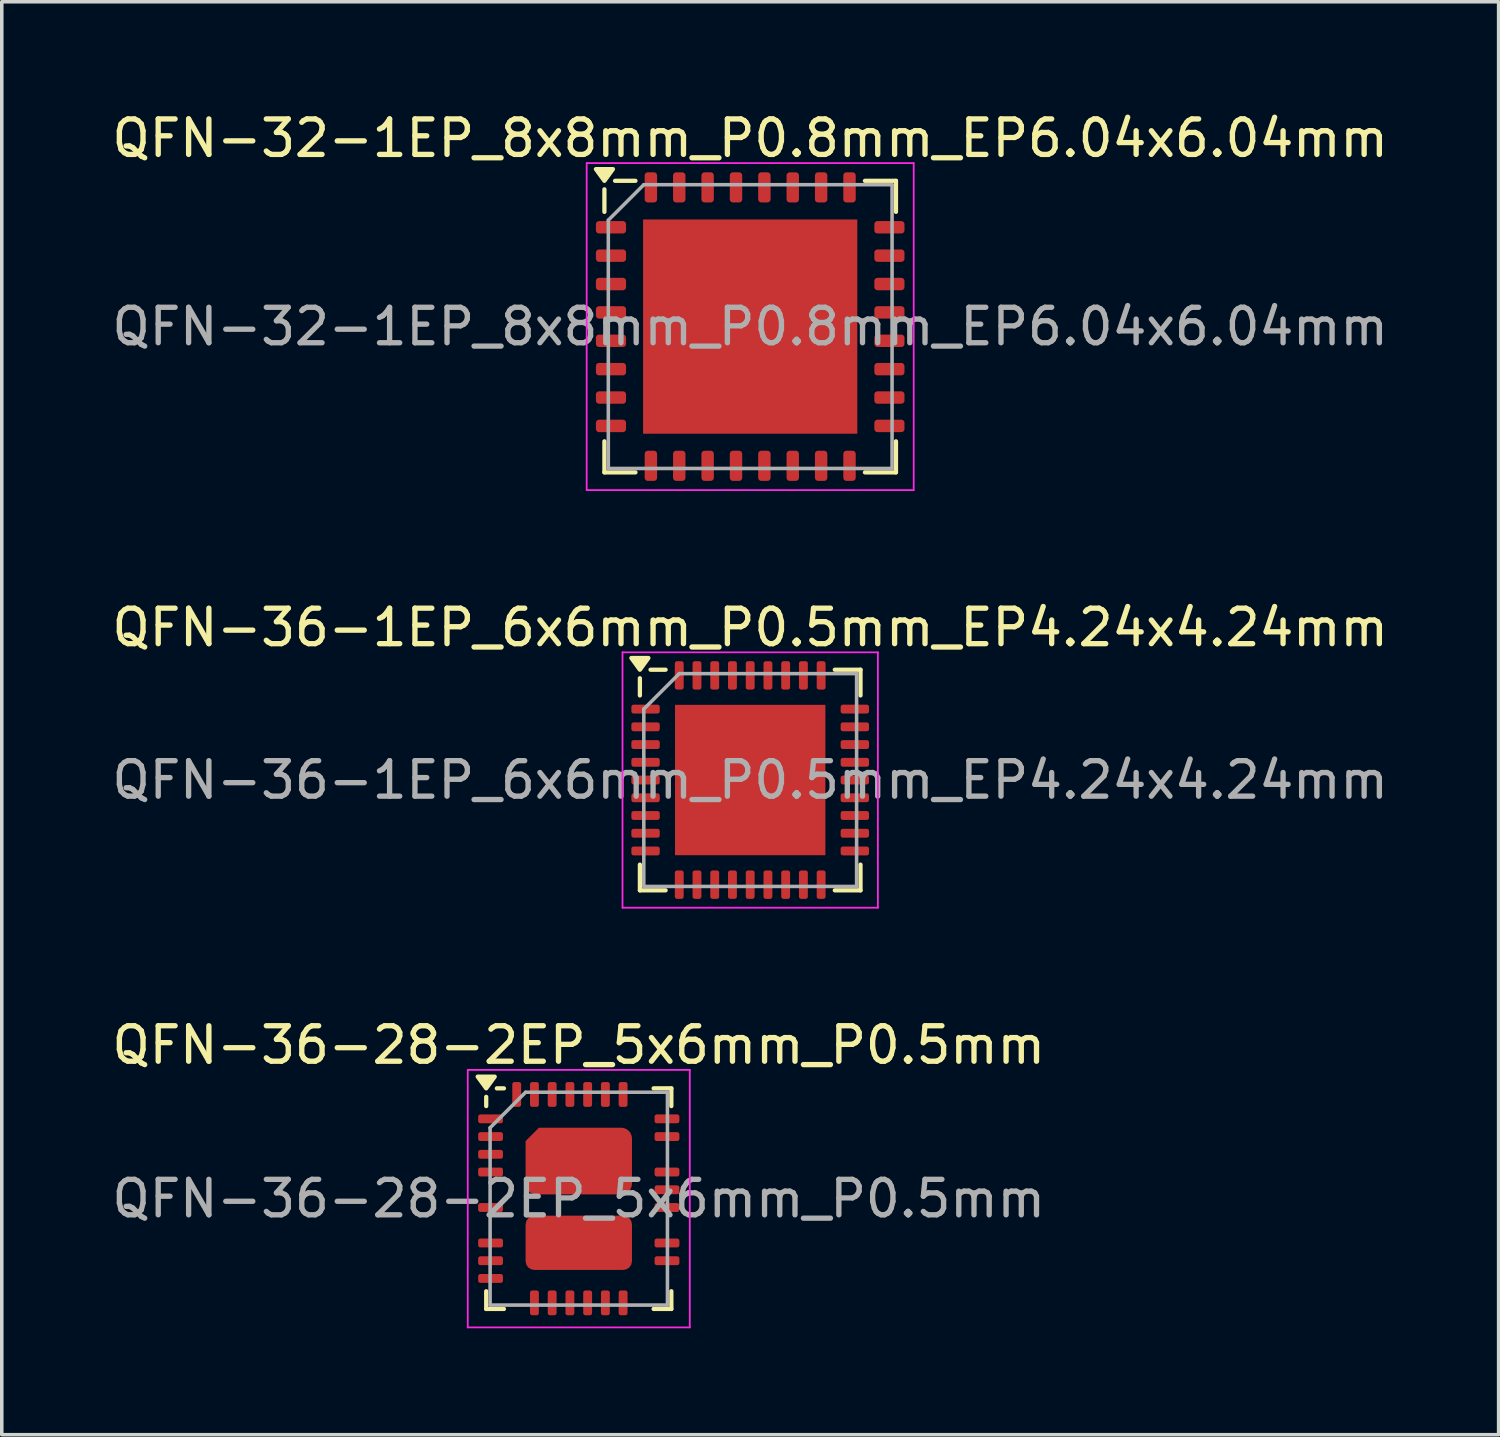
<source format=kicad_pcb>
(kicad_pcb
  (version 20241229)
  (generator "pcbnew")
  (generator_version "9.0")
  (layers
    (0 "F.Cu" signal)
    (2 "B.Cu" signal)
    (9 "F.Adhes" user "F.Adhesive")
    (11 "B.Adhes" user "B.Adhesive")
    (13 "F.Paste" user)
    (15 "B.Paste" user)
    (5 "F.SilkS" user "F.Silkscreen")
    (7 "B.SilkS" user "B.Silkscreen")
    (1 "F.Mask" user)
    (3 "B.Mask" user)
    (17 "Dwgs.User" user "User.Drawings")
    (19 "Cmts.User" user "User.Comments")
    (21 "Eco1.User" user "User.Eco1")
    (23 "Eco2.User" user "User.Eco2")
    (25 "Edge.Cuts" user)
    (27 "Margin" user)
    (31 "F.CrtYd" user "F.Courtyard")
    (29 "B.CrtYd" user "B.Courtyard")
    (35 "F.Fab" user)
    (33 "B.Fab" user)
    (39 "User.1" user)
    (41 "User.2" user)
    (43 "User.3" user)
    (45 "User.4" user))
  (footprint "QFN-32-1EP_8x8mm_P0.8mm_EP6.04x6.04mm"
    (layer "F.Cu")
    (at 18.101 6.158)
    (property "Reference" "QFN-32-1EP_8x8mm_P0.8mm_EP6.04x6.04mm" (at 0 -5.31 0) (layer "F.SilkS") (effects (font (size 1 1) (thickness 0.15))))
    (attr smd)
    (fp_line (start -4.11 -3.235) (end -4.11 -3.87) (stroke (width 0.12) (type solid)) (layer "F.SilkS"))
    (fp_line (start -4.11 4.11) (end -4.11 3.235) (stroke (width 0.12) (type solid)) (layer "F.SilkS"))
    (fp_line (start -3.235 -4.11) (end -3.81 -4.11) (stroke (width 0.12) (type solid)) (layer "F.SilkS"))
    (fp_line (start -3.235 4.11) (end -4.11 4.11) (stroke (width 0.12) (type solid)) (layer "F.SilkS"))
    (fp_line (start 3.235 -4.11) (end 4.11 -4.11) (stroke (width 0.12) (type solid)) (layer "F.SilkS"))
    (fp_line (start 3.235 4.11) (end 4.11 4.11) (stroke (width 0.12) (type solid)) (layer "F.SilkS"))
    (fp_line (start 4.11 -4.11) (end 4.11 -3.235) (stroke (width 0.12) (type solid)) (layer "F.SilkS"))
    (fp_line (start 4.11 4.11) (end 4.11 3.235) (stroke (width 0.12) (type solid)) (layer "F.SilkS"))
    (fp_poly (pts (xy -4.11 -4.11) (xy -4.35 -4.44) (xy -3.87 -4.44) (xy -4.11 -4.11)) (stroke (width 0.12) (type solid)) (fill yes) (layer "F.SilkS"))
    (fp_line (start -4.61 -4.61) (end -4.61 4.61) (stroke (width 0.05) (type solid)) (layer "F.CrtYd"))
    (fp_line (start -4.61 4.61) (end 4.61 4.61) (stroke (width 0.05) (type solid)) (layer "F.CrtYd"))
    (fp_line (start 4.61 -4.61) (end -4.61 -4.61) (stroke (width 0.05) (type solid)) (layer "F.CrtYd"))
    (fp_line (start 4.61 4.61) (end 4.61 -4.61) (stroke (width 0.05) (type solid)) (layer "F.CrtYd"))
    (fp_line (start -4 -3) (end -3 -4) (stroke (width 0.1) (type solid)) (layer "F.Fab"))
    (fp_line (start -4 4) (end -4 -3) (stroke (width 0.1) (type solid)) (layer "F.Fab"))
    (fp_line (start -3 -4) (end 4 -4) (stroke (width 0.1) (type solid)) (layer "F.Fab"))
    (fp_line (start 4 -4) (end 4 4) (stroke (width 0.1) (type solid)) (layer "F.Fab"))
    (fp_line (start 4 4) (end -4 4) (stroke (width 0.1) (type solid)) (layer "F.Fab"))
    (fp_text user "${REFERENCE}" (at 0 0 0) (layer "F.Fab") (effects (font (size 1 1) (thickness 0.15))))
    (pad "" smd roundrect (at -1.51 -1.51) (size 2.43 2.43) (layers "F.Paste") (roundrect_rratio 0.103))
    (pad "" smd roundrect (at -1.51 1.51) (size 2.43 2.43) (layers "F.Paste") (roundrect_rratio 0.103))
    (pad "" smd roundrect (at 1.51 -1.51) (size 2.43 2.43) (layers "F.Paste") (roundrect_rratio 0.103))
    (pad "" smd roundrect (at 1.51 1.51) (size 2.43 2.43) (layers "F.Paste") (roundrect_rratio 0.103))
    (pad "1" smd roundrect (at -3.925 -2.8) (size 0.85 0.35) (layers "F.Cu" "F.Mask" "F.Paste") (roundrect_rratio 0.25))
    (pad "2" smd roundrect (at -3.925 -2) (size 0.85 0.35) (layers "F.Cu" "F.Mask" "F.Paste") (roundrect_rratio 0.25))
    (pad "3" smd roundrect (at -3.925 -1.2) (size 0.85 0.35) (layers "F.Cu" "F.Mask" "F.Paste") (roundrect_rratio 0.25))
    (pad "4" smd roundrect (at -3.925 -0.4) (size 0.85 0.35) (layers "F.Cu" "F.Mask" "F.Paste") (roundrect_rratio 0.25))
    (pad "5" smd roundrect (at -3.925 0.4) (size 0.85 0.35) (layers "F.Cu" "F.Mask" "F.Paste") (roundrect_rratio 0.25))
    (pad "6" smd roundrect (at -3.925 1.2) (size 0.85 0.35) (layers "F.Cu" "F.Mask" "F.Paste") (roundrect_rratio 0.25))
    (pad "7" smd roundrect (at -3.925 2) (size 0.85 0.35) (layers "F.Cu" "F.Mask" "F.Paste") (roundrect_rratio 0.25))
    (pad "8" smd roundrect (at -3.925 2.8) (size 0.85 0.35) (layers "F.Cu" "F.Mask" "F.Paste") (roundrect_rratio 0.25))
    (pad "9" smd roundrect (at -2.8 3.925) (size 0.35 0.85) (layers "F.Cu" "F.Mask" "F.Paste") (roundrect_rratio 0.25))
    (pad "10" smd roundrect (at -2 3.925) (size 0.35 0.85) (layers "F.Cu" "F.Mask" "F.Paste") (roundrect_rratio 0.25))
    (pad "11" smd roundrect (at -1.2 3.925) (size 0.35 0.85) (layers "F.Cu" "F.Mask" "F.Paste") (roundrect_rratio 0.25))
    (pad "12" smd roundrect (at -0.4 3.925) (size 0.35 0.85) (layers "F.Cu" "F.Mask" "F.Paste") (roundrect_rratio 0.25))
    (pad "13" smd roundrect (at 0.4 3.925) (size 0.35 0.85) (layers "F.Cu" "F.Mask" "F.Paste") (roundrect_rratio 0.25))
    (pad "14" smd roundrect (at 1.2 3.925) (size 0.35 0.85) (layers "F.Cu" "F.Mask" "F.Paste") (roundrect_rratio 0.25))
    (pad "15" smd roundrect (at 2 3.925) (size 0.35 0.85) (layers "F.Cu" "F.Mask" "F.Paste") (roundrect_rratio 0.25))
    (pad "16" smd roundrect (at 2.8 3.925) (size 0.35 0.85) (layers "F.Cu" "F.Mask" "F.Paste") (roundrect_rratio 0.25))
    (pad "17" smd roundrect (at 3.925 2.8) (size 0.85 0.35) (layers "F.Cu" "F.Mask" "F.Paste") (roundrect_rratio 0.25))
    (pad "18" smd roundrect (at 3.925 2) (size 0.85 0.35) (layers "F.Cu" "F.Mask" "F.Paste") (roundrect_rratio 0.25))
    (pad "19" smd roundrect (at 3.925 1.2) (size 0.85 0.35) (layers "F.Cu" "F.Mask" "F.Paste") (roundrect_rratio 0.25))
    (pad "20" smd roundrect (at 3.925 0.4) (size 0.85 0.35) (layers "F.Cu" "F.Mask" "F.Paste") (roundrect_rratio 0.25))
    (pad "21" smd roundrect (at 3.925 -0.4) (size 0.85 0.35) (layers "F.Cu" "F.Mask" "F.Paste") (roundrect_rratio 0.25))
    (pad "22" smd roundrect (at 3.925 -1.2) (size 0.85 0.35) (layers "F.Cu" "F.Mask" "F.Paste") (roundrect_rratio 0.25))
    (pad "23" smd roundrect (at 3.925 -2) (size 0.85 0.35) (layers "F.Cu" "F.Mask" "F.Paste") (roundrect_rratio 0.25))
    (pad "24" smd roundrect (at 3.925 -2.8) (size 0.85 0.35) (layers "F.Cu" "F.Mask" "F.Paste") (roundrect_rratio 0.25))
    (pad "25" smd roundrect (at 2.8 -3.925) (size 0.35 0.85) (layers "F.Cu" "F.Mask" "F.Paste") (roundrect_rratio 0.25))
    (pad "26" smd roundrect (at 2 -3.925) (size 0.35 0.85) (layers "F.Cu" "F.Mask" "F.Paste") (roundrect_rratio 0.25))
    (pad "27" smd roundrect (at 1.2 -3.925) (size 0.35 0.85) (layers "F.Cu" "F.Mask" "F.Paste") (roundrect_rratio 0.25))
    (pad "28" smd roundrect (at 0.4 -3.925) (size 0.35 0.85) (layers "F.Cu" "F.Mask" "F.Paste") (roundrect_rratio 0.25))
    (pad "29" smd roundrect (at -0.4 -3.925) (size 0.35 0.85) (layers "F.Cu" "F.Mask" "F.Paste") (roundrect_rratio 0.25))
    (pad "30" smd roundrect (at -1.2 -3.925) (size 0.35 0.85) (layers "F.Cu" "F.Mask" "F.Paste") (roundrect_rratio 0.25))
    (pad "31" smd roundrect (at -2 -3.925) (size 0.35 0.85) (layers "F.Cu" "F.Mask" "F.Paste") (roundrect_rratio 0.25))
    (pad "32" smd roundrect (at -2.8 -3.925) (size 0.35 0.85) (layers "F.Cu" "F.Mask" "F.Paste") (roundrect_rratio 0.25))
    (pad "33" smd rect (at 0 0) (size 6.04 6.04) (property pad_prop_heatsink) (layers "F.Cu" "F.Mask")))
  (footprint "QFN-36-1EP_6x6mm_P0.5mm_EP4.24x4.24mm"
    (layer "F.Cu")
    (at 18.101 18.942)
    (property "Reference" "QFN-36-1EP_6x6mm_P0.5mm_EP4.24x4.24mm" (at 0 -4.3 0) (layer "F.SilkS") (effects (font (size 1 1) (thickness 0.15))))
    (attr smd)
    (fp_line (start -3.11 -2.385) (end -3.11 -2.87) (stroke (width 0.12) (type solid)) (layer "F.SilkS"))
    (fp_line (start -3.11 3.11) (end -3.11 2.385) (stroke (width 0.12) (type solid)) (layer "F.SilkS"))
    (fp_line (start -2.385 -3.11) (end -2.81 -3.11) (stroke (width 0.12) (type solid)) (layer "F.SilkS"))
    (fp_line (start -2.385 3.11) (end -3.11 3.11) (stroke (width 0.12) (type solid)) (layer "F.SilkS"))
    (fp_line (start 2.385 -3.11) (end 3.11 -3.11) (stroke (width 0.12) (type solid)) (layer "F.SilkS"))
    (fp_line (start 2.385 3.11) (end 3.11 3.11) (stroke (width 0.12) (type solid)) (layer "F.SilkS"))
    (fp_line (start 3.11 -3.11) (end 3.11 -2.385) (stroke (width 0.12) (type solid)) (layer "F.SilkS"))
    (fp_line (start 3.11 3.11) (end 3.11 2.385) (stroke (width 0.12) (type solid)) (layer "F.SilkS"))
    (fp_poly (pts (xy -3.11 -3.11) (xy -3.35 -3.44) (xy -2.87 -3.44) (xy -3.11 -3.11)) (stroke (width 0.12) (type solid)) (fill yes) (layer "F.SilkS"))
    (fp_line (start -3.6 -3.6) (end -3.6 3.6) (stroke (width 0.05) (type solid)) (layer "F.CrtYd"))
    (fp_line (start -3.6 3.6) (end 3.6 3.6) (stroke (width 0.05) (type solid)) (layer "F.CrtYd"))
    (fp_line (start 3.6 -3.6) (end -3.6 -3.6) (stroke (width 0.05) (type solid)) (layer "F.CrtYd"))
    (fp_line (start 3.6 3.6) (end 3.6 -3.6) (stroke (width 0.05) (type solid)) (layer "F.CrtYd"))
    (fp_line (start -3 -2) (end -2 -3) (stroke (width 0.1) (type solid)) (layer "F.Fab"))
    (fp_line (start -3 3) (end -3 -2) (stroke (width 0.1) (type solid)) (layer "F.Fab"))
    (fp_line (start -2 -3) (end 3 -3) (stroke (width 0.1) (type solid)) (layer "F.Fab"))
    (fp_line (start 3 -3) (end 3 3) (stroke (width 0.1) (type solid)) (layer "F.Fab"))
    (fp_line (start 3 3) (end -3 3) (stroke (width 0.1) (type solid)) (layer "F.Fab"))
    (fp_text user "${REFERENCE}" (at 0 0 0) (layer "F.Fab") (effects (font (size 1 1) (thickness 0.15))))
    (pad "" smd roundrect (at -1.06 -1.06) (size 1.71 1.71) (layers "F.Paste") (roundrect_rratio 0.146))
    (pad "" smd roundrect (at -1.06 1.06) (size 1.71 1.71) (layers "F.Paste") (roundrect_rratio 0.146))
    (pad "" smd roundrect (at 1.06 -1.06) (size 1.71 1.71) (layers "F.Paste") (roundrect_rratio 0.146))
    (pad "" smd roundrect (at 1.06 1.06) (size 1.71 1.71) (layers "F.Paste") (roundrect_rratio 0.146))
    (pad "1" smd roundrect (at -2.95 -2) (size 0.8 0.25) (layers "F.Cu" "F.Mask" "F.Paste") (roundrect_rratio 0.25))
    (pad "2" smd roundrect (at -2.95 -1.5) (size 0.8 0.25) (layers "F.Cu" "F.Mask" "F.Paste") (roundrect_rratio 0.25))
    (pad "3" smd roundrect (at -2.95 -1) (size 0.8 0.25) (layers "F.Cu" "F.Mask" "F.Paste") (roundrect_rratio 0.25))
    (pad "4" smd roundrect (at -2.95 -0.5) (size 0.8 0.25) (layers "F.Cu" "F.Mask" "F.Paste") (roundrect_rratio 0.25))
    (pad "5" smd roundrect (at -2.95 0) (size 0.8 0.25) (layers "F.Cu" "F.Mask" "F.Paste") (roundrect_rratio 0.25))
    (pad "6" smd roundrect (at -2.95 0.5) (size 0.8 0.25) (layers "F.Cu" "F.Mask" "F.Paste") (roundrect_rratio 0.25))
    (pad "7" smd roundrect (at -2.95 1) (size 0.8 0.25) (layers "F.Cu" "F.Mask" "F.Paste") (roundrect_rratio 0.25))
    (pad "8" smd roundrect (at -2.95 1.5) (size 0.8 0.25) (layers "F.Cu" "F.Mask" "F.Paste") (roundrect_rratio 0.25))
    (pad "9" smd roundrect (at -2.95 2) (size 0.8 0.25) (layers "F.Cu" "F.Mask" "F.Paste") (roundrect_rratio 0.25))
    (pad "10" smd roundrect (at -2 2.95) (size 0.25 0.8) (layers "F.Cu" "F.Mask" "F.Paste") (roundrect_rratio 0.25))
    (pad "11" smd roundrect (at -1.5 2.95) (size 0.25 0.8) (layers "F.Cu" "F.Mask" "F.Paste") (roundrect_rratio 0.25))
    (pad "12" smd roundrect (at -1 2.95) (size 0.25 0.8) (layers "F.Cu" "F.Mask" "F.Paste") (roundrect_rratio 0.25))
    (pad "13" smd roundrect (at -0.5 2.95) (size 0.25 0.8) (layers "F.Cu" "F.Mask" "F.Paste") (roundrect_rratio 0.25))
    (pad "14" smd roundrect (at 0 2.95) (size 0.25 0.8) (layers "F.Cu" "F.Mask" "F.Paste") (roundrect_rratio 0.25))
    (pad "15" smd roundrect (at 0.5 2.95) (size 0.25 0.8) (layers "F.Cu" "F.Mask" "F.Paste") (roundrect_rratio 0.25))
    (pad "16" smd roundrect (at 1 2.95) (size 0.25 0.8) (layers "F.Cu" "F.Mask" "F.Paste") (roundrect_rratio 0.25))
    (pad "17" smd roundrect (at 1.5 2.95) (size 0.25 0.8) (layers "F.Cu" "F.Mask" "F.Paste") (roundrect_rratio 0.25))
    (pad "18" smd roundrect (at 2 2.95) (size 0.25 0.8) (layers "F.Cu" "F.Mask" "F.Paste") (roundrect_rratio 0.25))
    (pad "19" smd roundrect (at 2.95 2) (size 0.8 0.25) (layers "F.Cu" "F.Mask" "F.Paste") (roundrect_rratio 0.25))
    (pad "20" smd roundrect (at 2.95 1.5) (size 0.8 0.25) (layers "F.Cu" "F.Mask" "F.Paste") (roundrect_rratio 0.25))
    (pad "21" smd roundrect (at 2.95 1) (size 0.8 0.25) (layers "F.Cu" "F.Mask" "F.Paste") (roundrect_rratio 0.25))
    (pad "22" smd roundrect (at 2.95 0.5) (size 0.8 0.25) (layers "F.Cu" "F.Mask" "F.Paste") (roundrect_rratio 0.25))
    (pad "23" smd roundrect (at 2.95 0) (size 0.8 0.25) (layers "F.Cu" "F.Mask" "F.Paste") (roundrect_rratio 0.25))
    (pad "24" smd roundrect (at 2.95 -0.5) (size 0.8 0.25) (layers "F.Cu" "F.Mask" "F.Paste") (roundrect_rratio 0.25))
    (pad "25" smd roundrect (at 2.95 -1) (size 0.8 0.25) (layers "F.Cu" "F.Mask" "F.Paste") (roundrect_rratio 0.25))
    (pad "26" smd roundrect (at 2.95 -1.5) (size 0.8 0.25) (layers "F.Cu" "F.Mask" "F.Paste") (roundrect_rratio 0.25))
    (pad "27" smd roundrect (at 2.95 -2) (size 0.8 0.25) (layers "F.Cu" "F.Mask" "F.Paste") (roundrect_rratio 0.25))
    (pad "28" smd roundrect (at 2 -2.95) (size 0.25 0.8) (layers "F.Cu" "F.Mask" "F.Paste") (roundrect_rratio 0.25))
    (pad "29" smd roundrect (at 1.5 -2.95) (size 0.25 0.8) (layers "F.Cu" "F.Mask" "F.Paste") (roundrect_rratio 0.25))
    (pad "30" smd roundrect (at 1 -2.95) (size 0.25 0.8) (layers "F.Cu" "F.Mask" "F.Paste") (roundrect_rratio 0.25))
    (pad "31" smd roundrect (at 0.5 -2.95) (size 0.25 0.8) (layers "F.Cu" "F.Mask" "F.Paste") (roundrect_rratio 0.25))
    (pad "32" smd roundrect (at 0 -2.95) (size 0.25 0.8) (layers "F.Cu" "F.Mask" "F.Paste") (roundrect_rratio 0.25))
    (pad "33" smd roundrect (at -0.5 -2.95) (size 0.25 0.8) (layers "F.Cu" "F.Mask" "F.Paste") (roundrect_rratio 0.25))
    (pad "34" smd roundrect (at -1 -2.95) (size 0.25 0.8) (layers "F.Cu" "F.Mask" "F.Paste") (roundrect_rratio 0.25))
    (pad "35" smd roundrect (at -1.5 -2.95) (size 0.25 0.8) (layers "F.Cu" "F.Mask" "F.Paste") (roundrect_rratio 0.25))
    (pad "36" smd roundrect (at -2 -2.95) (size 0.25 0.8) (layers "F.Cu" "F.Mask" "F.Paste") (roundrect_rratio 0.25))
    (pad "37" smd rect (at 0 0) (size 4.24 4.24) (property pad_prop_heatsink) (layers "F.Cu" "F.Mask")))
  (footprint "QFN-36-28-2EP_5x6mm_P0.5mm"
    (layer "F.Cu")
    (at 13.268 30.745)
    (property "Reference" "QFN-36-28-2EP_5x6mm_P0.5mm" (at 0 -4.33 0) (layer "F.SilkS") (effects (font (size 1 1) (thickness 0.15))))
    (attr smd)
    (fp_line (start -2.61 -2.61) (end -2.61 -2.87) (stroke (width 0.12) (type solid)) (layer "F.SilkS"))
    (fp_line (start -2.61 3.11) (end -2.61 2.61) (stroke (width 0.12) (type solid)) (layer "F.SilkS"))
    (fp_line (start -2.11 -3.11) (end -2.31 -3.11) (stroke (width 0.12) (type solid)) (layer "F.SilkS"))
    (fp_line (start -2.11 3.11) (end -2.61 3.11) (stroke (width 0.12) (type solid)) (layer "F.SilkS"))
    (fp_line (start 2.11 -3.11) (end 2.61 -3.11) (stroke (width 0.12) (type solid)) (layer "F.SilkS"))
    (fp_line (start 2.11 3.11) (end 2.61 3.11) (stroke (width 0.12) (type solid)) (layer "F.SilkS"))
    (fp_line (start 2.61 -3.11) (end 2.61 -2.61) (stroke (width 0.12) (type solid)) (layer "F.SilkS"))
    (fp_line (start 2.61 3.11) (end 2.61 2.61) (stroke (width 0.12) (type solid)) (layer "F.SilkS"))
    (fp_poly (pts (xy -2.61 -3.11) (xy -2.85 -3.44) (xy -2.37 -3.44) (xy -2.61 -3.11)) (stroke (width 0.12) (type solid)) (fill yes) (layer "F.SilkS"))
    (fp_line (start -3.13 -3.63) (end -3.13 3.63) (stroke (width 0.05) (type solid)) (layer "F.CrtYd"))
    (fp_line (start -3.13 3.63) (end 3.13 3.63) (stroke (width 0.05) (type solid)) (layer "F.CrtYd"))
    (fp_line (start 3.13 -3.63) (end -3.13 -3.63) (stroke (width 0.05) (type solid)) (layer "F.CrtYd"))
    (fp_line (start 3.13 3.63) (end 3.13 -3.63) (stroke (width 0.05) (type solid)) (layer "F.CrtYd"))
    (fp_line (start -2.5 -2) (end -1.5 -3) (stroke (width 0.1) (type solid)) (layer "F.Fab"))
    (fp_line (start -2.5 3) (end -2.5 -2) (stroke (width 0.1) (type solid)) (layer "F.Fab"))
    (fp_line (start -1.5 -3) (end 2.5 -3) (stroke (width 0.1) (type solid)) (layer "F.Fab"))
    (fp_line (start 2.5 -3) (end 2.5 3) (stroke (width 0.1) (type solid)) (layer "F.Fab"))
    (fp_line (start 2.5 3) (end -2.5 3) (stroke (width 0.1) (type solid)) (layer "F.Fab"))
    (fp_text user "${REFERENCE}" (at 0 0 0) (layer "F.Fab") (effects (font (size 1 1) (thickness 0.15))))
    (pad "1" smd roundrect (at -2.487 -2.25) (size 0.7 0.25) (layers "F.Cu" "F.Mask" "F.Paste") (roundrect_rratio 0.25))
    (pad "2" smd roundrect (at -2.487 -1.75) (size 0.7 0.25) (layers "F.Cu" "F.Mask" "F.Paste") (roundrect_rratio 0.25))
    (pad "3" smd roundrect (at -2.487 -1.25) (size 0.7 0.25) (layers "F.Cu" "F.Mask" "F.Paste") (roundrect_rratio 0.25))
    (pad "4" smd roundrect (at -2.487 -0.75) (size 0.7 0.25) (layers "F.Cu" "F.Mask" "F.Paste") (roundrect_rratio 0.25))
    (pad "6" smd roundrect (at -2.487 0.25) (size 0.7 0.25) (layers "F.Cu" "F.Mask" "F.Paste") (roundrect_rratio 0.25))
    (pad "8" smd roundrect (at -2.487 1.25) (size 0.7 0.25) (layers "F.Cu" "F.Mask" "F.Paste") (roundrect_rratio 0.25))
    (pad "9" smd roundrect (at -2.487 1.75) (size 0.7 0.25) (layers "F.Cu" "F.Mask" "F.Paste") (roundrect_rratio 0.25))
    (pad "10" smd roundrect (at -2.487 2.25) (size 0.7 0.25) (layers "F.Cu" "F.Mask" "F.Paste") (roundrect_rratio 0.25))
    (pad "12" smd roundrect (at -1.25 2.938) (size 0.25 0.7) (layers "F.Cu" "F.Mask" "F.Paste") (roundrect_rratio 0.25))
    (pad "13" smd roundrect (at -0.75 2.938) (size 0.25 0.7) (layers "F.Cu" "F.Mask" "F.Paste") (roundrect_rratio 0.25))
    (pad "14" smd roundrect (at -0.25 2.938) (size 0.25 0.7) (layers "F.Cu" "F.Mask" "F.Paste") (roundrect_rratio 0.25))
    (pad "15" smd roundrect (at 0.25 2.938) (size 0.25 0.7) (layers "F.Cu" "F.Mask" "F.Paste") (roundrect_rratio 0.25))
    (pad "16" smd roundrect (at 0.75 2.938) (size 0.25 0.7) (layers "F.Cu" "F.Mask" "F.Paste") (roundrect_rratio 0.25))
    (pad "17" smd roundrect (at 1.25 2.938) (size 0.25 0.7) (layers "F.Cu" "F.Mask" "F.Paste") (roundrect_rratio 0.25))
    (pad "20" smd roundrect (at 2.487 1.75) (size 0.7 0.25) (layers "F.Cu" "F.Mask" "F.Paste") (roundrect_rratio 0.25))
    (pad "21" smd roundrect (at 2.487 1.25) (size 0.7 0.25) (layers "F.Cu" "F.Mask" "F.Paste") (roundrect_rratio 0.25))
    (pad "23" smd roundrect (at 2.487 0.25) (size 0.7 0.25) (layers "F.Cu" "F.Mask" "F.Paste") (roundrect_rratio 0.25))
    (pad "24" smd roundrect (at 2.487 -0.25) (size 0.7 0.25) (layers "F.Cu" "F.Mask" "F.Paste") (roundrect_rratio 0.25))
    (pad "25" smd roundrect (at 2.487 -0.75) (size 0.7 0.25) (layers "F.Cu" "F.Mask" "F.Paste") (roundrect_rratio 0.25))
    (pad "27" smd roundrect (at 2.487 -1.75) (size 0.7 0.25) (layers "F.Cu" "F.Mask" "F.Paste") (roundrect_rratio 0.25))
    (pad "28" smd roundrect (at 2.487 -2.25) (size 0.7 0.25) (layers "F.Cu" "F.Mask" "F.Paste") (roundrect_rratio 0.25))
    (pad "30" smd roundrect (at 1.25 -2.938) (size 0.25 0.7) (layers "F.Cu" "F.Mask" "F.Paste") (roundrect_rratio 0.25))
    (pad "31" smd roundrect (at 0.75 -2.938) (size 0.25 0.7) (layers "F.Cu" "F.Mask" "F.Paste") (roundrect_rratio 0.25))
    (pad "32" smd roundrect (at 0.25 -2.938) (size 0.25 0.7) (layers "F.Cu" "F.Mask" "F.Paste") (roundrect_rratio 0.25))
    (pad "33" smd roundrect (at -0.25 -2.938) (size 0.25 0.7) (layers "F.Cu" "F.Mask" "F.Paste") (roundrect_rratio 0.25))
    (pad "34" smd roundrect (at -0.75 -2.938) (size 0.25 0.7) (layers "F.Cu" "F.Mask" "F.Paste") (roundrect_rratio 0.25))
    (pad "35" smd roundrect (at -1.25 -2.938) (size 0.25 0.7) (layers "F.Cu" "F.Mask" "F.Paste") (roundrect_rratio 0.25))
    (pad "36" smd roundrect (at -1.75 -2.938) (size 0.25 0.7) (layers "F.Cu" "F.Mask" "F.Paste") (roundrect_rratio 0.25))
    (pad "37" smd roundrect (at 0 -1.06) (size 3 1.88) (property pad_prop_heatsink) (layers "F.Cu" "F.Mask" "F.Paste") (roundrect_rratio 0.16) (chamfer_ratio 0.2) (chamfer top_left))
    (pad "38" smd roundrect (at 0 1.245) (size 3 1.53) (property pad_prop_heatsink) (layers "F.Cu" "F.Mask" "F.Paste") (roundrect_rratio 0.163)))
  (gr_rect
    (start -3 -3)
    (end 39.202 37.4)
    (stroke (width 0.1) (type default))
    (fill no)
    (layer "Edge.Cuts")))
</source>
